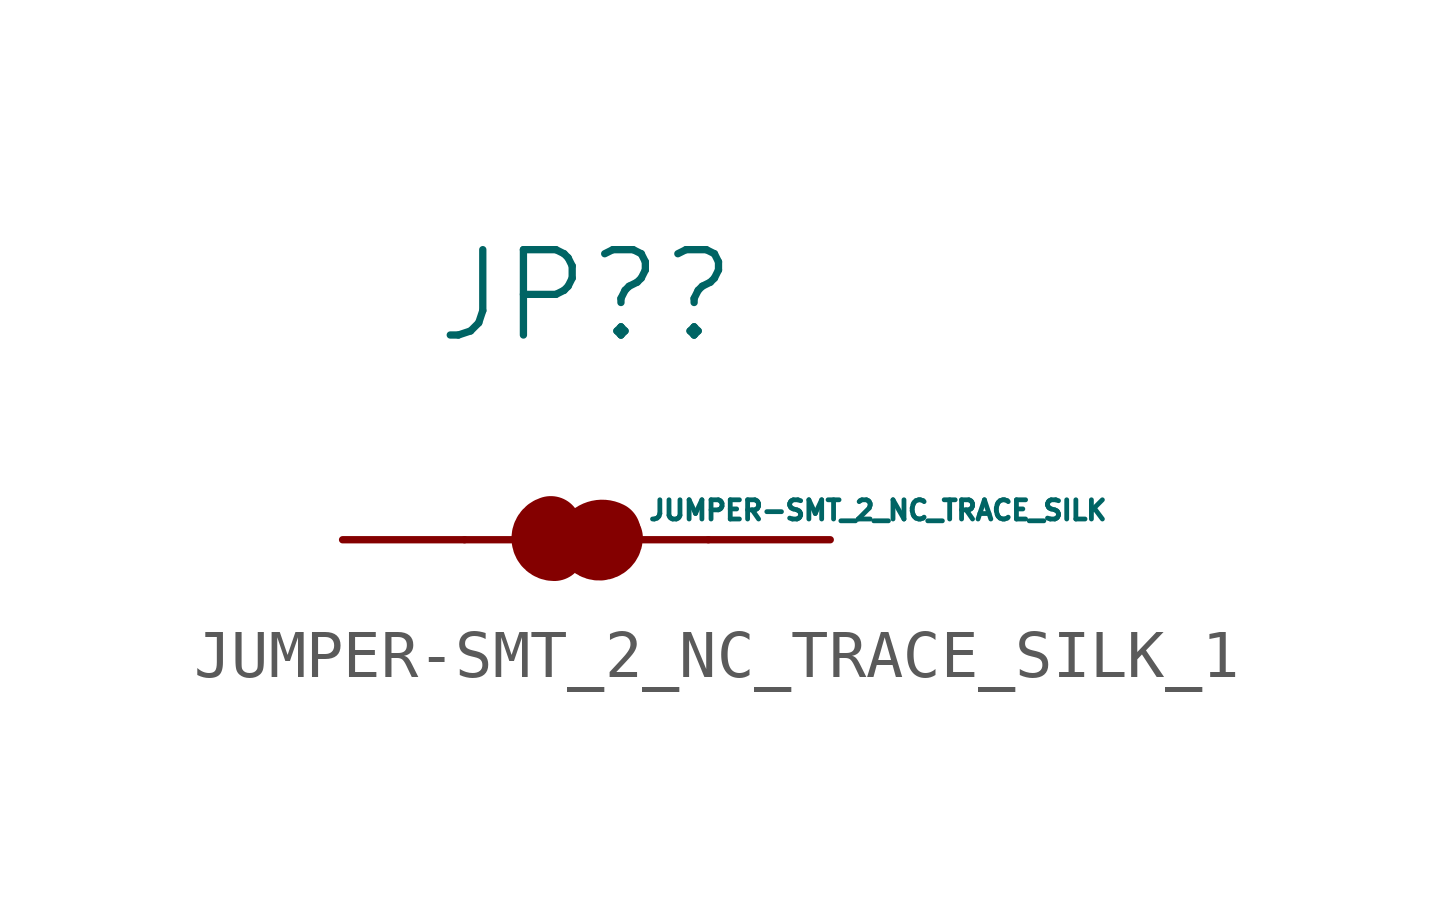
<source format=kicad_sym>
(kicad_symbol_lib
  (version 20220914)
  (generator kicad_symbol_editor)
  (symbol "JUMPER-SMT_2_NC_TRACE_SILK_1"
    (property "Reference" "JP?"
      (at 0 5.08 0)
      (effects (font (size 1.778 1.778))))
    (property "Value" "JUMPER-SMT_2_NC_TRACE_SILK"
      (at 6.073 0.612 0)
      (effects (font (size 0.4 0.4))))
    (property "ki_locked" ""
      (at 0 0 0)
      (effects (font (size 1.27 1.27))))
    (symbol "JUMPER-SMT_2_NC_TRACE_SILK_1_1_0"
      (arc (start -0.7427 0.2755) (mid -0.9264 -0.0059) (end -0.6717 -0.2252) (stroke (width 1.27) (type solid)) (fill (type none)))
      (polyline (pts (xy -2.54 0) (xy -1.27 0)) (stroke (width 0.152) (type solid)) (fill (type none)))
      (polyline (pts (xy -0.837 -0.095) (xy 0.941 -0.095)) (stroke (width 0.254) (type solid)) (fill (type none)))
      (polyline (pts (xy 2.54 0) (xy 0 0)) (stroke (width 0.152) (type solid)) (fill (type none)))
      (arc (start 0 0) (mid 0.2858 -0.215) (end 0.5417 0.0348) (stroke (width 1.27) (type solid)) (fill (type none)))
      (arc (start 0.4984 0.1648) (mid 0.2154 0.1845) (end 0 0) (stroke (width 1.27) (type solid)) (fill (type none)))
      (pin passive line (at -5.08 0 0) (length 2.54) (name "1" (effects (font (size 0 0)))) (number "1" (effects (font (size 0 0)))))
      (pin passive line (at 5.08 0 180) (length 2.54) (name "2" (effects (font (size 0 0)))) (number "2" (effects (font (size 0 0))))))))
</source>
